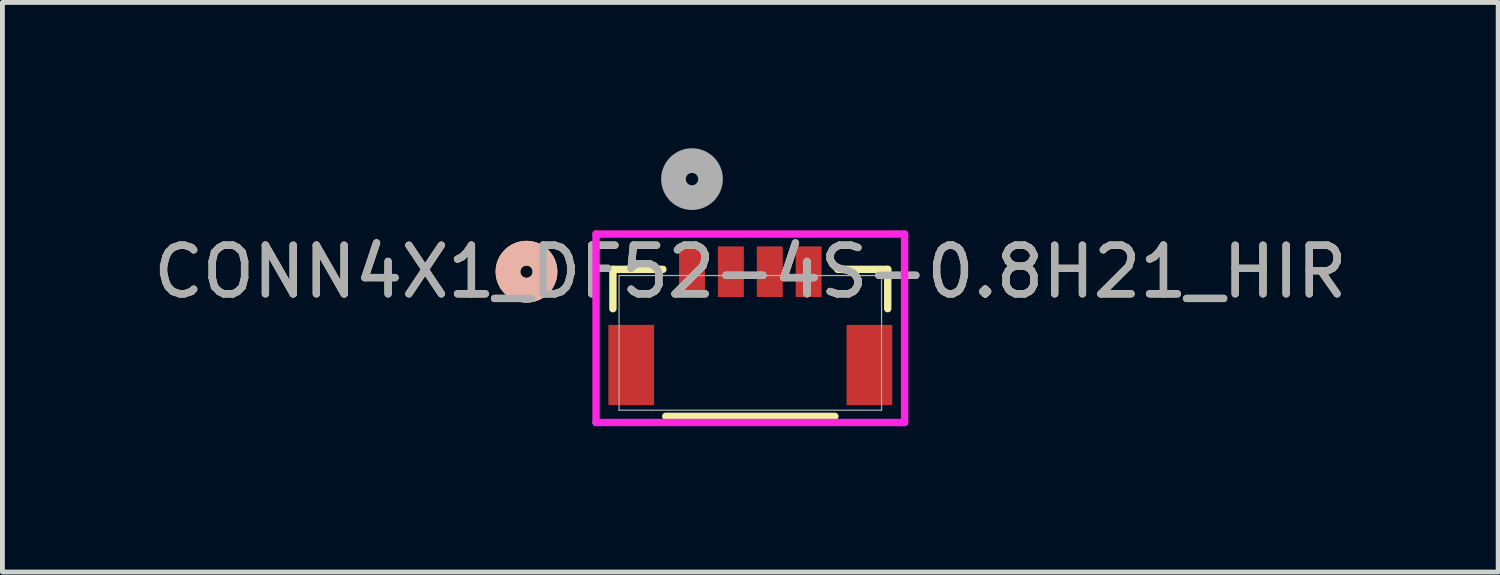
<source format=kicad_pcb>
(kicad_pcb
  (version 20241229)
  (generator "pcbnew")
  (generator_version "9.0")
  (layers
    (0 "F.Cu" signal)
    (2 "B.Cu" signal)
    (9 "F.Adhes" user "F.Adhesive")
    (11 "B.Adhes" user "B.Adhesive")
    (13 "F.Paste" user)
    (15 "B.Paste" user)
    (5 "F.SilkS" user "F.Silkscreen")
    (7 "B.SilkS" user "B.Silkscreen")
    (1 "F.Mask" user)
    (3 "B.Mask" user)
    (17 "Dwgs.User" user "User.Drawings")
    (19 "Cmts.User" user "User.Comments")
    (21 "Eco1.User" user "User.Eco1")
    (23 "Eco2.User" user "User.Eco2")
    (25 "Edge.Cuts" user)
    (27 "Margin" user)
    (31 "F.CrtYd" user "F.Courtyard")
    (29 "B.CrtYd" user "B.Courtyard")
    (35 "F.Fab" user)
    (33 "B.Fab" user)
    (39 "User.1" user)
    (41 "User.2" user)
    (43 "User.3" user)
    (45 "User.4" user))
  (footprint "CONN4X1_DF52-4S-0.8H21_HIR"
    (layer "F.Cu")
    (at 12.387 4.004)
    (property "Reference" "CONN4X1_DF52-4S-0.8H21_HIR" (at 0 -1.464 0) (unlocked yes) (layer "F.SilkS") (effects (font (size 1 1) (thickness 0.15))))
    (attr smd)
    (fp_line (start -2.827 -1.512) (end -2.827 -0.703) (stroke (width 0.152) (type solid)) (layer "F.SilkS"))
    (fp_line (start -1.799 -1.512) (end -2.827 -1.512) (stroke (width 0.152) (type solid)) (layer "F.SilkS"))
    (fp_line (start -1.74 1.512) (end 1.74 1.512) (stroke (width 0.152) (type solid)) (layer "F.SilkS"))
    (fp_line (start 2.827 -1.512) (end 1.799 -1.512) (stroke (width 0.152) (type solid)) (layer "F.SilkS"))
    (fp_line (start 2.827 -0.703) (end 2.827 -1.512) (stroke (width 0.152) (type solid)) (layer "F.SilkS"))
    (fp_circle (center -4.605 -1.464) (end -4.224 -1.464) (stroke (width 0.508) (type solid)) (fill no) (layer "F.SilkS"))
    (fp_circle (center -4.605 -1.464) (end -4.224 -1.464) (stroke (width 0.508) (type solid)) (fill no) (layer "B.SilkS"))
    (fp_line (start -3.174 -2.239) (end -3.174 1.639) (stroke (width 0.152) (type solid)) (layer "F.CrtYd"))
    (fp_line (start -3.174 1.639) (end 3.174 1.639) (stroke (width 0.152) (type solid)) (layer "F.CrtYd"))
    (fp_line (start 3.174 -2.239) (end -3.174 -2.239) (stroke (width 0.152) (type solid)) (layer "F.CrtYd"))
    (fp_line (start 3.174 1.639) (end 3.174 -2.239) (stroke (width 0.152) (type solid)) (layer "F.CrtYd"))
    (fp_line (start -2.7 -1.385) (end -2.7 1.385) (stroke (width 0.025) (type solid)) (layer "F.Fab"))
    (fp_line (start -2.7 1.385) (end 2.7 1.385) (stroke (width 0.025) (type solid)) (layer "F.Fab"))
    (fp_line (start 2.7 -1.385) (end -2.7 -1.385) (stroke (width 0.025) (type solid)) (layer "F.Fab"))
    (fp_line (start 2.7 1.385) (end 2.7 -1.385) (stroke (width 0.025) (type solid)) (layer "F.Fab"))
    (fp_circle (center -1.2 -3.369) (end -0.819 -3.369) (stroke (width 0.508) (type solid)) (fill no) (layer "F.Fab"))
    (fp_text user "${REFERENCE}" (at 0 -1.464 0) (unlocked yes) (layer "F.Fab") (effects (font (size 1 1) (thickness 0.15))))
    (pad "1" smd rect (at -1.2 -1.464) (size 0.533 1.041) (layers "F.Cu" "F.Mask" "F.Paste"))
    (pad "2" smd rect (at -0.4 -1.464) (size 0.533 1.041) (layers "F.Cu" "F.Mask" "F.Paste"))
    (pad "3" smd rect (at 0.4 -1.464) (size 0.533 1.041) (layers "F.Cu" "F.Mask" "F.Paste"))
    (pad "4" smd rect (at 1.2 -1.464) (size 0.533 1.041) (layers "F.Cu" "F.Mask" "F.Paste"))
    (pad "5" smd rect (at -2.45 0.456) (size 0.94 1.651) (layers "F.Cu" "F.Mask" "F.Paste"))
    (pad "6" smd rect (at 2.45 0.456) (size 0.94 1.651) (layers "F.Cu" "F.Mask" "F.Paste")))
  (gr_rect
    (start -3 -3)
    (end 27.774 8.719)
    (stroke (width 0.1) (type default))
    (fill no)
    (layer "Edge.Cuts")))
</source>
